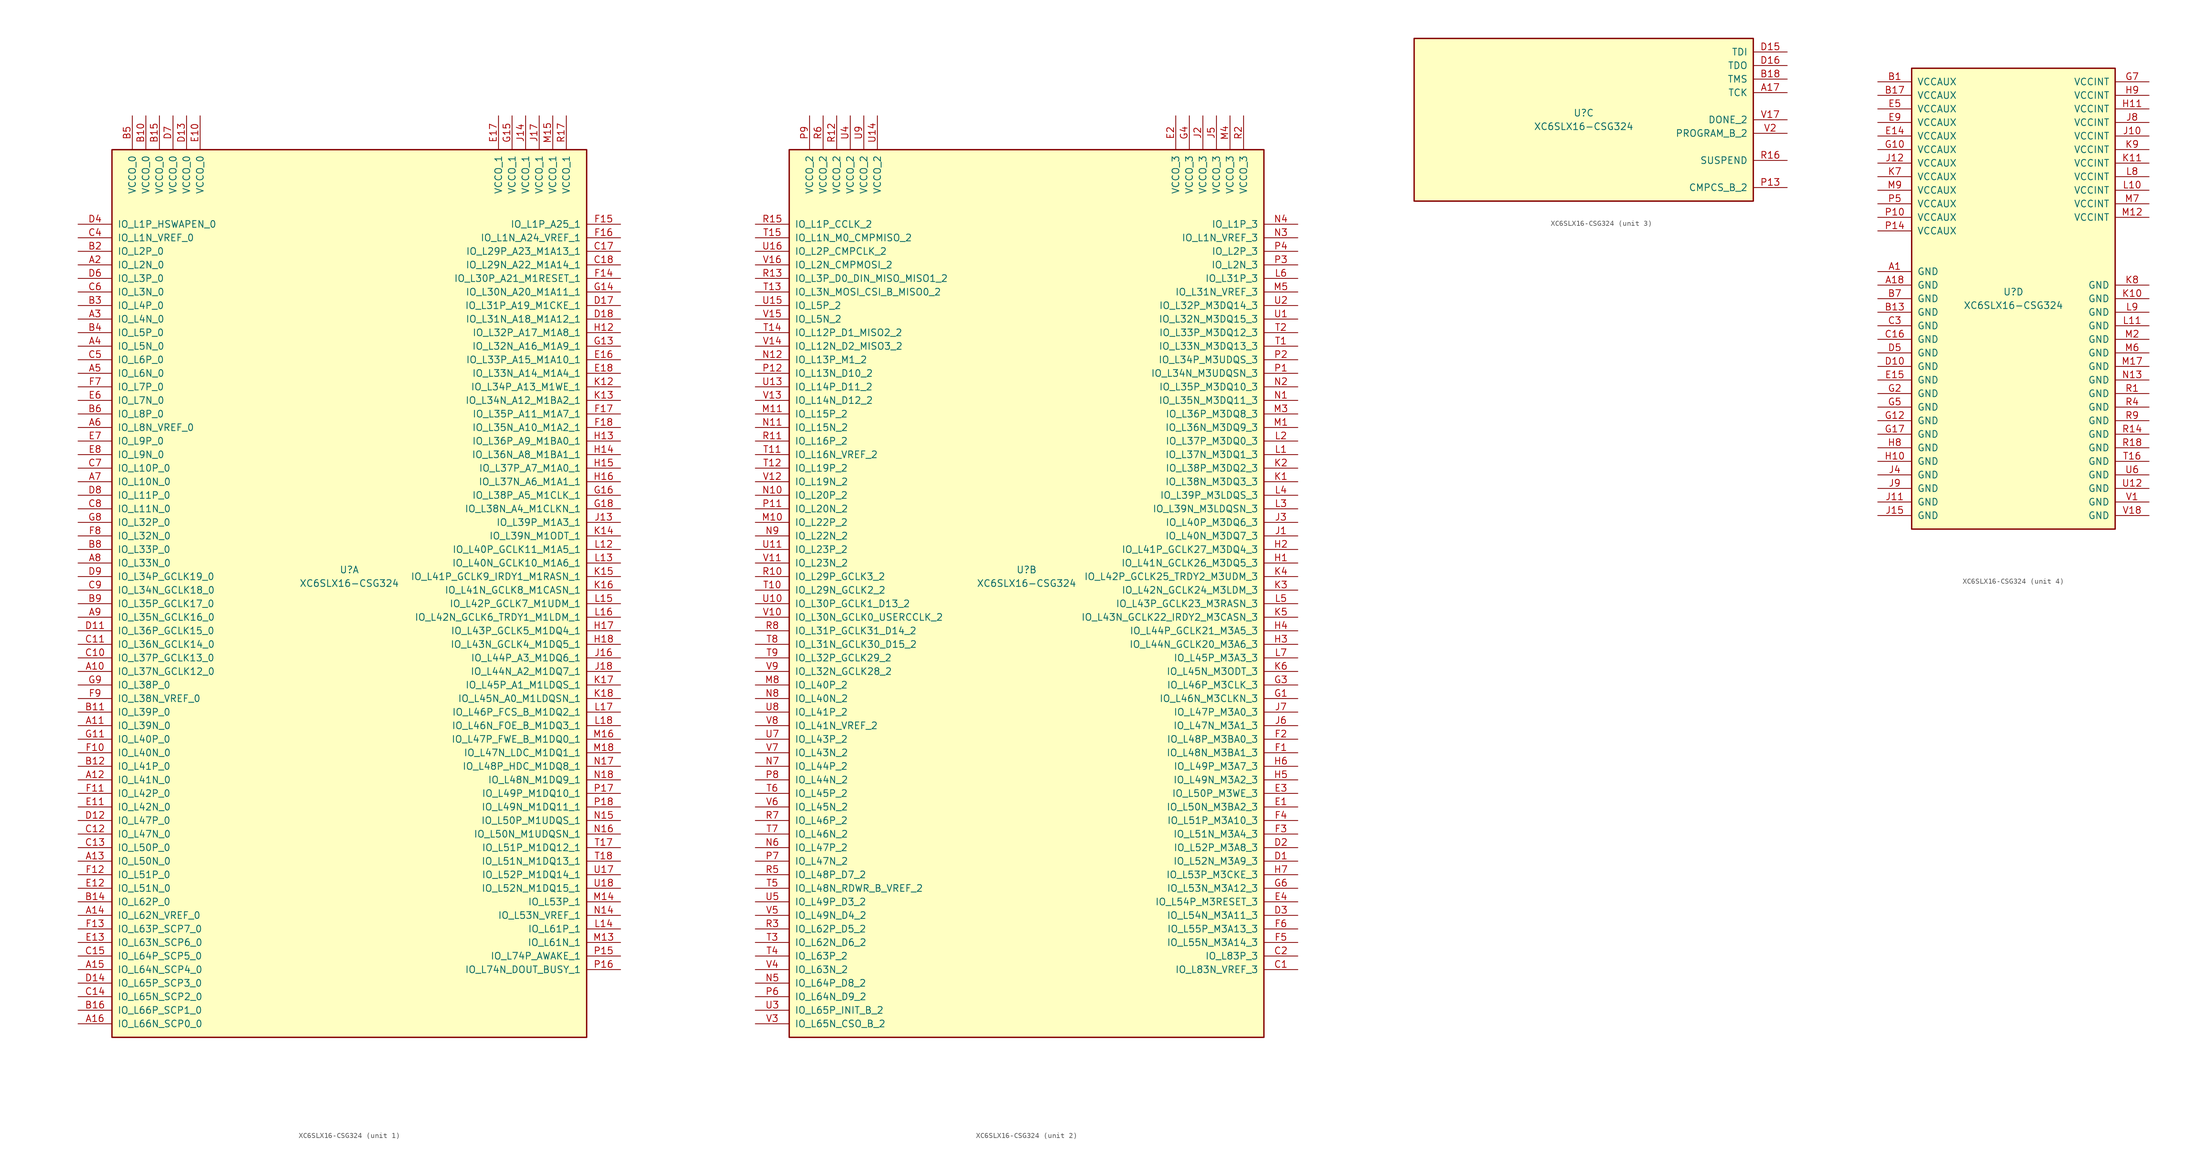
<source format=kicad_sym>
(kicad_symbol_lib
  (version 20220914)
  (generator kicad_symbol_editor)
  (symbol "XC6SLX16-CSG324"
    (pin_names
      (offset 1.016))
    (property "Reference" "U"
      (at 0 1.27 0)
      (effects (font (size 1.27 1.27))))
    (property "Value" "XC6SLX16-CSG324"
      (at 0 -1.27 0)
      (effects (font (size 1.27 1.27))))
    (property "Datasheet" ""
      (at 0 0 0)
      (effects (font (size 1.27 1.27))))
    (property "ki_locked" ""
      (at 0 0 0)
      (effects (font (size 1.27 1.27))))
    (symbol "XC6SLX16-CSG324_1_1"
      (rectangle (start -44.45 80.01) (end 44.45 -86.36) (stroke (width 0.254) (type default)) (fill (type background)))
      (pin bidirectional line (at -50.8 -17.78 0) (length 6.35) (name "IO_L37N_GCLK12_0" (effects (font (size 1.27 1.27)))) (number "A10" (effects (font (size 1.27 1.27)))))
      (pin bidirectional line (at -50.8 -27.94 0) (length 6.35) (name "IO_L39N_0" (effects (font (size 1.27 1.27)))) (number "A11" (effects (font (size 1.27 1.27)))))
      (pin bidirectional line (at -50.8 -38.1 0) (length 6.35) (name "IO_L41N_0" (effects (font (size 1.27 1.27)))) (number "A12" (effects (font (size 1.27 1.27)))))
      (pin bidirectional line (at -50.8 -53.34 0) (length 6.35) (name "IO_L50N_0" (effects (font (size 1.27 1.27)))) (number "A13" (effects (font (size 1.27 1.27)))))
      (pin bidirectional line (at -50.8 -63.5 0) (length 6.35) (name "IO_L62N_VREF_0" (effects (font (size 1.27 1.27)))) (number "A14" (effects (font (size 1.27 1.27)))))
      (pin bidirectional line (at -50.8 -73.66 0) (length 6.35) (name "IO_L64N_SCP4_0" (effects (font (size 1.27 1.27)))) (number "A15" (effects (font (size 1.27 1.27)))))
      (pin bidirectional line (at -50.8 -83.82 0) (length 6.35) (name "IO_L66N_SCP0_0" (effects (font (size 1.27 1.27)))) (number "A16" (effects (font (size 1.27 1.27)))))
      (pin bidirectional line (at -50.8 58.42 0) (length 6.35) (name "IO_L2N_0" (effects (font (size 1.27 1.27)))) (number "A2" (effects (font (size 1.27 1.27)))))
      (pin bidirectional line (at -50.8 48.26 0) (length 6.35) (name "IO_L4N_0" (effects (font (size 1.27 1.27)))) (number "A3" (effects (font (size 1.27 1.27)))))
      (pin bidirectional line (at -50.8 43.18 0) (length 6.35) (name "IO_L5N_0" (effects (font (size 1.27 1.27)))) (number "A4" (effects (font (size 1.27 1.27)))))
      (pin bidirectional line (at -50.8 38.1 0) (length 6.35) (name "IO_L6N_0" (effects (font (size 1.27 1.27)))) (number "A5" (effects (font (size 1.27 1.27)))))
      (pin bidirectional line (at -50.8 27.94 0) (length 6.35) (name "IO_L8N_VREF_0" (effects (font (size 1.27 1.27)))) (number "A6" (effects (font (size 1.27 1.27)))))
      (pin bidirectional line (at -50.8 17.78 0) (length 6.35) (name "IO_L10N_0" (effects (font (size 1.27 1.27)))) (number "A7" (effects (font (size 1.27 1.27)))))
      (pin bidirectional line (at -50.8 2.54 0) (length 6.35) (name "IO_L33N_0" (effects (font (size 1.27 1.27)))) (number "A8" (effects (font (size 1.27 1.27)))))
      (pin bidirectional line (at -50.8 -7.62 0) (length 6.35) (name "IO_L35N_GCLK16_0" (effects (font (size 1.27 1.27)))) (number "A9" (effects (font (size 1.27 1.27)))))
      (pin power_in line (at -38.1 86.36 270) (length 6.35) (name "VCCO_0" (effects (font (size 1.27 1.27)))) (number "B10" (effects (font (size 1.27 1.27)))))
      (pin bidirectional line (at -50.8 -25.4 0) (length 6.35) (name "IO_L39P_0" (effects (font (size 1.27 1.27)))) (number "B11" (effects (font (size 1.27 1.27)))))
      (pin bidirectional line (at -50.8 -35.56 0) (length 6.35) (name "IO_L41P_0" (effects (font (size 1.27 1.27)))) (number "B12" (effects (font (size 1.27 1.27)))))
      (pin bidirectional line (at -50.8 -60.96 0) (length 6.35) (name "IO_L62P_0" (effects (font (size 1.27 1.27)))) (number "B14" (effects (font (size 1.27 1.27)))))
      (pin power_in line (at -35.56 86.36 270) (length 6.35) (name "VCCO_0" (effects (font (size 1.27 1.27)))) (number "B15" (effects (font (size 1.27 1.27)))))
      (pin bidirectional line (at -50.8 -81.28 0) (length 6.35) (name "IO_L66P_SCP1_0" (effects (font (size 1.27 1.27)))) (number "B16" (effects (font (size 1.27 1.27)))))
      (pin bidirectional line (at -50.8 60.96 0) (length 6.35) (name "IO_L2P_0" (effects (font (size 1.27 1.27)))) (number "B2" (effects (font (size 1.27 1.27)))))
      (pin bidirectional line (at -50.8 50.8 0) (length 6.35) (name "IO_L4P_0" (effects (font (size 1.27 1.27)))) (number "B3" (effects (font (size 1.27 1.27)))))
      (pin bidirectional line (at -50.8 45.72 0) (length 6.35) (name "IO_L5P_0" (effects (font (size 1.27 1.27)))) (number "B4" (effects (font (size 1.27 1.27)))))
      (pin power_in line (at -40.64 86.36 270) (length 6.35) (name "VCCO_0" (effects (font (size 1.27 1.27)))) (number "B5" (effects (font (size 1.27 1.27)))))
      (pin bidirectional line (at -50.8 30.48 0) (length 6.35) (name "IO_L8P_0" (effects (font (size 1.27 1.27)))) (number "B6" (effects (font (size 1.27 1.27)))))
      (pin bidirectional line (at -50.8 5.08 0) (length 6.35) (name "IO_L33P_0" (effects (font (size 1.27 1.27)))) (number "B8" (effects (font (size 1.27 1.27)))))
      (pin bidirectional line (at -50.8 -5.08 0) (length 6.35) (name "IO_L35P_GCLK17_0" (effects (font (size 1.27 1.27)))) (number "B9" (effects (font (size 1.27 1.27)))))
      (pin bidirectional line (at -50.8 -15.24 0) (length 6.35) (name "IO_L37P_GCLK13_0" (effects (font (size 1.27 1.27)))) (number "C10" (effects (font (size 1.27 1.27)))))
      (pin bidirectional line (at -50.8 -12.7 0) (length 6.35) (name "IO_L36N_GCLK14_0" (effects (font (size 1.27 1.27)))) (number "C11" (effects (font (size 1.27 1.27)))))
      (pin bidirectional line (at -50.8 -48.26 0) (length 6.35) (name "IO_L47N_0" (effects (font (size 1.27 1.27)))) (number "C12" (effects (font (size 1.27 1.27)))))
      (pin bidirectional line (at -50.8 -50.8 0) (length 6.35) (name "IO_L50P_0" (effects (font (size 1.27 1.27)))) (number "C13" (effects (font (size 1.27 1.27)))))
      (pin bidirectional line (at -50.8 -78.74 0) (length 6.35) (name "IO_L65N_SCP2_0" (effects (font (size 1.27 1.27)))) (number "C14" (effects (font (size 1.27 1.27)))))
      (pin bidirectional line (at -50.8 -71.12 0) (length 6.35) (name "IO_L64P_SCP5_0" (effects (font (size 1.27 1.27)))) (number "C15" (effects (font (size 1.27 1.27)))))
      (pin bidirectional line (at 50.8 60.96 180) (length 6.35) (name "IO_L29P_A23_M1A13_1" (effects (font (size 1.27 1.27)))) (number "C17" (effects (font (size 1.27 1.27)))))
      (pin bidirectional line (at 50.8 58.42 180) (length 6.35) (name "IO_L29N_A22_M1A14_1" (effects (font (size 1.27 1.27)))) (number "C18" (effects (font (size 1.27 1.27)))))
      (pin bidirectional line (at -50.8 63.5 0) (length 6.35) (name "IO_L1N_VREF_0" (effects (font (size 1.27 1.27)))) (number "C4" (effects (font (size 1.27 1.27)))))
      (pin bidirectional line (at -50.8 40.64 0) (length 6.35) (name "IO_L6P_0" (effects (font (size 1.27 1.27)))) (number "C5" (effects (font (size 1.27 1.27)))))
      (pin bidirectional line (at -50.8 53.34 0) (length 6.35) (name "IO_L3N_0" (effects (font (size 1.27 1.27)))) (number "C6" (effects (font (size 1.27 1.27)))))
      (pin bidirectional line (at -50.8 20.32 0) (length 6.35) (name "IO_L10P_0" (effects (font (size 1.27 1.27)))) (number "C7" (effects (font (size 1.27 1.27)))))
      (pin bidirectional line (at -50.8 12.7 0) (length 6.35) (name "IO_L11N_0" (effects (font (size 1.27 1.27)))) (number "C8" (effects (font (size 1.27 1.27)))))
      (pin bidirectional line (at -50.8 -2.54 0) (length 6.35) (name "IO_L34N_GCLK18_0" (effects (font (size 1.27 1.27)))) (number "C9" (effects (font (size 1.27 1.27)))))
      (pin bidirectional line (at -50.8 -10.16 0) (length 6.35) (name "IO_L36P_GCLK15_0" (effects (font (size 1.27 1.27)))) (number "D11" (effects (font (size 1.27 1.27)))))
      (pin bidirectional line (at -50.8 -45.72 0) (length 6.35) (name "IO_L47P_0" (effects (font (size 1.27 1.27)))) (number "D12" (effects (font (size 1.27 1.27)))))
      (pin power_in line (at -30.48 86.36 270) (length 6.35) (name "VCCO_0" (effects (font (size 1.27 1.27)))) (number "D13" (effects (font (size 1.27 1.27)))))
      (pin bidirectional line (at -50.8 -76.2 0) (length 6.35) (name "IO_L65P_SCP3_0" (effects (font (size 1.27 1.27)))) (number "D14" (effects (font (size 1.27 1.27)))))
      (pin bidirectional line (at 50.8 50.8 180) (length 6.35) (name "IO_L31P_A19_M1CKE_1" (effects (font (size 1.27 1.27)))) (number "D17" (effects (font (size 1.27 1.27)))))
      (pin bidirectional line (at 50.8 48.26 180) (length 6.35) (name "IO_L31N_A18_M1A12_1" (effects (font (size 1.27 1.27)))) (number "D18" (effects (font (size 1.27 1.27)))))
      (pin bidirectional line (at -50.8 66.04 0) (length 6.35) (name "IO_L1P_HSWAPEN_0" (effects (font (size 1.27 1.27)))) (number "D4" (effects (font (size 1.27 1.27)))))
      (pin bidirectional line (at -50.8 55.88 0) (length 6.35) (name "IO_L3P_0" (effects (font (size 1.27 1.27)))) (number "D6" (effects (font (size 1.27 1.27)))))
      (pin power_in line (at -33.02 86.36 270) (length 6.35) (name "VCCO_0" (effects (font (size 1.27 1.27)))) (number "D7" (effects (font (size 1.27 1.27)))))
      (pin bidirectional line (at -50.8 15.24 0) (length 6.35) (name "IO_L11P_0" (effects (font (size 1.27 1.27)))) (number "D8" (effects (font (size 1.27 1.27)))))
      (pin bidirectional line (at -50.8 0 0) (length 6.35) (name "IO_L34P_GCLK19_0" (effects (font (size 1.27 1.27)))) (number "D9" (effects (font (size 1.27 1.27)))))
      (pin power_in line (at -27.94 86.36 270) (length 6.35) (name "VCCO_0" (effects (font (size 1.27 1.27)))) (number "E10" (effects (font (size 1.27 1.27)))))
      (pin bidirectional line (at -50.8 -43.18 0) (length 6.35) (name "IO_L42N_0" (effects (font (size 1.27 1.27)))) (number "E11" (effects (font (size 1.27 1.27)))))
      (pin bidirectional line (at -50.8 -58.42 0) (length 6.35) (name "IO_L51N_0" (effects (font (size 1.27 1.27)))) (number "E12" (effects (font (size 1.27 1.27)))))
      (pin bidirectional line (at -50.8 -68.58 0) (length 6.35) (name "IO_L63N_SCP6_0" (effects (font (size 1.27 1.27)))) (number "E13" (effects (font (size 1.27 1.27)))))
      (pin bidirectional line (at 50.8 40.64 180) (length 6.35) (name "IO_L33P_A15_M1A10_1" (effects (font (size 1.27 1.27)))) (number "E16" (effects (font (size 1.27 1.27)))))
      (pin power_in line (at 27.94 86.36 270) (length 6.35) (name "VCCO_1" (effects (font (size 1.27 1.27)))) (number "E17" (effects (font (size 1.27 1.27)))))
      (pin bidirectional line (at 50.8 38.1 180) (length 6.35) (name "IO_L33N_A14_M1A4_1" (effects (font (size 1.27 1.27)))) (number "E18" (effects (font (size 1.27 1.27)))))
      (pin bidirectional line (at -50.8 33.02 0) (length 6.35) (name "IO_L7N_0" (effects (font (size 1.27 1.27)))) (number "E6" (effects (font (size 1.27 1.27)))))
      (pin bidirectional line (at -50.8 25.4 0) (length 6.35) (name "IO_L9P_0" (effects (font (size 1.27 1.27)))) (number "E7" (effects (font (size 1.27 1.27)))))
      (pin bidirectional line (at -50.8 22.86 0) (length 6.35) (name "IO_L9N_0" (effects (font (size 1.27 1.27)))) (number "E8" (effects (font (size 1.27 1.27)))))
      (pin bidirectional line (at -50.8 -33.02 0) (length 6.35) (name "IO_L40N_0" (effects (font (size 1.27 1.27)))) (number "F10" (effects (font (size 1.27 1.27)))))
      (pin bidirectional line (at -50.8 -40.64 0) (length 6.35) (name "IO_L42P_0" (effects (font (size 1.27 1.27)))) (number "F11" (effects (font (size 1.27 1.27)))))
      (pin bidirectional line (at -50.8 -55.88 0) (length 6.35) (name "IO_L51P_0" (effects (font (size 1.27 1.27)))) (number "F12" (effects (font (size 1.27 1.27)))))
      (pin bidirectional line (at -50.8 -66.04 0) (length 6.35) (name "IO_L63P_SCP7_0" (effects (font (size 1.27 1.27)))) (number "F13" (effects (font (size 1.27 1.27)))))
      (pin bidirectional line (at 50.8 55.88 180) (length 6.35) (name "IO_L30P_A21_M1RESET_1" (effects (font (size 1.27 1.27)))) (number "F14" (effects (font (size 1.27 1.27)))))
      (pin bidirectional line (at 50.8 66.04 180) (length 6.35) (name "IO_L1P_A25_1" (effects (font (size 1.27 1.27)))) (number "F15" (effects (font (size 1.27 1.27)))))
      (pin bidirectional line (at 50.8 63.5 180) (length 6.35) (name "IO_L1N_A24_VREF_1" (effects (font (size 1.27 1.27)))) (number "F16" (effects (font (size 1.27 1.27)))))
      (pin bidirectional line (at 50.8 30.48 180) (length 6.35) (name "IO_L35P_A11_M1A7_1" (effects (font (size 1.27 1.27)))) (number "F17" (effects (font (size 1.27 1.27)))))
      (pin bidirectional line (at 50.8 27.94 180) (length 6.35) (name "IO_L35N_A10_M1A2_1" (effects (font (size 1.27 1.27)))) (number "F18" (effects (font (size 1.27 1.27)))))
      (pin bidirectional line (at -50.8 35.56 0) (length 6.35) (name "IO_L7P_0" (effects (font (size 1.27 1.27)))) (number "F7" (effects (font (size 1.27 1.27)))))
      (pin bidirectional line (at -50.8 7.62 0) (length 6.35) (name "IO_L32N_0" (effects (font (size 1.27 1.27)))) (number "F8" (effects (font (size 1.27 1.27)))))
      (pin bidirectional line (at -50.8 -22.86 0) (length 6.35) (name "IO_L38N_VREF_0" (effects (font (size 1.27 1.27)))) (number "F9" (effects (font (size 1.27 1.27)))))
      (pin bidirectional line (at -50.8 -30.48 0) (length 6.35) (name "IO_L40P_0" (effects (font (size 1.27 1.27)))) (number "G11" (effects (font (size 1.27 1.27)))))
      (pin bidirectional line (at 50.8 43.18 180) (length 6.35) (name "IO_L32N_A16_M1A9_1" (effects (font (size 1.27 1.27)))) (number "G13" (effects (font (size 1.27 1.27)))))
      (pin bidirectional line (at 50.8 53.34 180) (length 6.35) (name "IO_L30N_A20_M1A11_1" (effects (font (size 1.27 1.27)))) (number "G14" (effects (font (size 1.27 1.27)))))
      (pin power_in line (at 30.48 86.36 270) (length 6.35) (name "VCCO_1" (effects (font (size 1.27 1.27)))) (number "G15" (effects (font (size 1.27 1.27)))))
      (pin bidirectional line (at 50.8 15.24 180) (length 6.35) (name "IO_L38P_A5_M1CLK_1" (effects (font (size 1.27 1.27)))) (number "G16" (effects (font (size 1.27 1.27)))))
      (pin bidirectional line (at 50.8 12.7 180) (length 6.35) (name "IO_L38N_A4_M1CLKN_1" (effects (font (size 1.27 1.27)))) (number "G18" (effects (font (size 1.27 1.27)))))
      (pin bidirectional line (at -50.8 10.16 0) (length 6.35) (name "IO_L32P_0" (effects (font (size 1.27 1.27)))) (number "G8" (effects (font (size 1.27 1.27)))))
      (pin bidirectional line (at -50.8 -20.32 0) (length 6.35) (name "IO_L38P_0" (effects (font (size 1.27 1.27)))) (number "G9" (effects (font (size 1.27 1.27)))))
      (pin bidirectional line (at 50.8 45.72 180) (length 6.35) (name "IO_L32P_A17_M1A8_1" (effects (font (size 1.27 1.27)))) (number "H12" (effects (font (size 1.27 1.27)))))
      (pin bidirectional line (at 50.8 25.4 180) (length 6.35) (name "IO_L36P_A9_M1BA0_1" (effects (font (size 1.27 1.27)))) (number "H13" (effects (font (size 1.27 1.27)))))
      (pin bidirectional line (at 50.8 22.86 180) (length 6.35) (name "IO_L36N_A8_M1BA1_1" (effects (font (size 1.27 1.27)))) (number "H14" (effects (font (size 1.27 1.27)))))
      (pin bidirectional line (at 50.8 20.32 180) (length 6.35) (name "IO_L37P_A7_M1A0_1" (effects (font (size 1.27 1.27)))) (number "H15" (effects (font (size 1.27 1.27)))))
      (pin bidirectional line (at 50.8 17.78 180) (length 6.35) (name "IO_L37N_A6_M1A1_1" (effects (font (size 1.27 1.27)))) (number "H16" (effects (font (size 1.27 1.27)))))
      (pin bidirectional line (at 50.8 -10.16 180) (length 6.35) (name "IO_L43P_GCLK5_M1DQ4_1" (effects (font (size 1.27 1.27)))) (number "H17" (effects (font (size 1.27 1.27)))))
      (pin bidirectional line (at 50.8 -12.7 180) (length 6.35) (name "IO_L43N_GCLK4_M1DQ5_1" (effects (font (size 1.27 1.27)))) (number "H18" (effects (font (size 1.27 1.27)))))
      (pin bidirectional line (at 50.8 10.16 180) (length 6.35) (name "IO_L39P_M1A3_1" (effects (font (size 1.27 1.27)))) (number "J13" (effects (font (size 1.27 1.27)))))
      (pin power_in line (at 33.02 86.36 270) (length 6.35) (name "VCCO_1" (effects (font (size 1.27 1.27)))) (number "J14" (effects (font (size 1.27 1.27)))))
      (pin bidirectional line (at 50.8 -15.24 180) (length 6.35) (name "IO_L44P_A3_M1DQ6_1" (effects (font (size 1.27 1.27)))) (number "J16" (effects (font (size 1.27 1.27)))))
      (pin power_in line (at 35.56 86.36 270) (length 6.35) (name "VCCO_1" (effects (font (size 1.27 1.27)))) (number "J17" (effects (font (size 1.27 1.27)))))
      (pin bidirectional line (at 50.8 -17.78 180) (length 6.35) (name "IO_L44N_A2_M1DQ7_1" (effects (font (size 1.27 1.27)))) (number "J18" (effects (font (size 1.27 1.27)))))
      (pin bidirectional line (at 50.8 35.56 180) (length 6.35) (name "IO_L34P_A13_M1WE_1" (effects (font (size 1.27 1.27)))) (number "K12" (effects (font (size 1.27 1.27)))))
      (pin bidirectional line (at 50.8 33.02 180) (length 6.35) (name "IO_L34N_A12_M1BA2_1" (effects (font (size 1.27 1.27)))) (number "K13" (effects (font (size 1.27 1.27)))))
      (pin bidirectional line (at 50.8 7.62 180) (length 6.35) (name "IO_L39N_M1ODT_1" (effects (font (size 1.27 1.27)))) (number "K14" (effects (font (size 1.27 1.27)))))
      (pin bidirectional line (at 50.8 0 180) (length 6.35) (name "IO_L41P_GCLK9_IRDY1_M1RASN_1" (effects (font (size 1.27 1.27)))) (number "K15" (effects (font (size 1.27 1.27)))))
      (pin bidirectional line (at 50.8 -2.54 180) (length 6.35) (name "IO_L41N_GCLK8_M1CASN_1" (effects (font (size 1.27 1.27)))) (number "K16" (effects (font (size 1.27 1.27)))))
      (pin bidirectional line (at 50.8 -20.32 180) (length 6.35) (name "IO_L45P_A1_M1LDQS_1" (effects (font (size 1.27 1.27)))) (number "K17" (effects (font (size 1.27 1.27)))))
      (pin bidirectional line (at 50.8 -22.86 180) (length 6.35) (name "IO_L45N_A0_M1LDQSN_1" (effects (font (size 1.27 1.27)))) (number "K18" (effects (font (size 1.27 1.27)))))
      (pin bidirectional line (at 50.8 5.08 180) (length 6.35) (name "IO_L40P_GCLK11_M1A5_1" (effects (font (size 1.27 1.27)))) (number "L12" (effects (font (size 1.27 1.27)))))
      (pin bidirectional line (at 50.8 2.54 180) (length 6.35) (name "IO_L40N_GCLK10_M1A6_1" (effects (font (size 1.27 1.27)))) (number "L13" (effects (font (size 1.27 1.27)))))
      (pin bidirectional line (at 50.8 -66.04 180) (length 6.35) (name "IO_L61P_1" (effects (font (size 1.27 1.27)))) (number "L14" (effects (font (size 1.27 1.27)))))
      (pin bidirectional line (at 50.8 -5.08 180) (length 6.35) (name "IO_L42P_GCLK7_M1UDM_1" (effects (font (size 1.27 1.27)))) (number "L15" (effects (font (size 1.27 1.27)))))
      (pin bidirectional line (at 50.8 -7.62 180) (length 6.35) (name "IO_L42N_GCLK6_TRDY1_M1LDM_1" (effects (font (size 1.27 1.27)))) (number "L16" (effects (font (size 1.27 1.27)))))
      (pin bidirectional line (at 50.8 -25.4 180) (length 6.35) (name "IO_L46P_FCS_B_M1DQ2_1" (effects (font (size 1.27 1.27)))) (number "L17" (effects (font (size 1.27 1.27)))))
      (pin bidirectional line (at 50.8 -27.94 180) (length 6.35) (name "IO_L46N_FOE_B_M1DQ3_1" (effects (font (size 1.27 1.27)))) (number "L18" (effects (font (size 1.27 1.27)))))
      (pin bidirectional line (at 50.8 -68.58 180) (length 6.35) (name "IO_L61N_1" (effects (font (size 1.27 1.27)))) (number "M13" (effects (font (size 1.27 1.27)))))
      (pin bidirectional line (at 50.8 -60.96 180) (length 6.35) (name "IO_L53P_1" (effects (font (size 1.27 1.27)))) (number "M14" (effects (font (size 1.27 1.27)))))
      (pin power_in line (at 38.1 86.36 270) (length 6.35) (name "VCCO_1" (effects (font (size 1.27 1.27)))) (number "M15" (effects (font (size 1.27 1.27)))))
      (pin bidirectional line (at 50.8 -30.48 180) (length 6.35) (name "IO_L47P_FWE_B_M1DQ0_1" (effects (font (size 1.27 1.27)))) (number "M16" (effects (font (size 1.27 1.27)))))
      (pin bidirectional line (at 50.8 -33.02 180) (length 6.35) (name "IO_L47N_LDC_M1DQ1_1" (effects (font (size 1.27 1.27)))) (number "M18" (effects (font (size 1.27 1.27)))))
      (pin bidirectional line (at 50.8 -63.5 180) (length 6.35) (name "IO_L53N_VREF_1" (effects (font (size 1.27 1.27)))) (number "N14" (effects (font (size 1.27 1.27)))))
      (pin bidirectional line (at 50.8 -45.72 180) (length 6.35) (name "IO_L50P_M1UDQS_1" (effects (font (size 1.27 1.27)))) (number "N15" (effects (font (size 1.27 1.27)))))
      (pin bidirectional line (at 50.8 -48.26 180) (length 6.35) (name "IO_L50N_M1UDQSN_1" (effects (font (size 1.27 1.27)))) (number "N16" (effects (font (size 1.27 1.27)))))
      (pin bidirectional line (at 50.8 -35.56 180) (length 6.35) (name "IO_L48P_HDC_M1DQ8_1" (effects (font (size 1.27 1.27)))) (number "N17" (effects (font (size 1.27 1.27)))))
      (pin bidirectional line (at 50.8 -38.1 180) (length 6.35) (name "IO_L48N_M1DQ9_1" (effects (font (size 1.27 1.27)))) (number "N18" (effects (font (size 1.27 1.27)))))
      (pin bidirectional line (at 50.8 -71.12 180) (length 6.35) (name "IO_L74P_AWAKE_1" (effects (font (size 1.27 1.27)))) (number "P15" (effects (font (size 1.27 1.27)))))
      (pin bidirectional line (at 50.8 -73.66 180) (length 6.35) (name "IO_L74N_DOUT_BUSY_1" (effects (font (size 1.27 1.27)))) (number "P16" (effects (font (size 1.27 1.27)))))
      (pin bidirectional line (at 50.8 -40.64 180) (length 6.35) (name "IO_L49P_M1DQ10_1" (effects (font (size 1.27 1.27)))) (number "P17" (effects (font (size 1.27 1.27)))))
      (pin bidirectional line (at 50.8 -43.18 180) (length 6.35) (name "IO_L49N_M1DQ11_1" (effects (font (size 1.27 1.27)))) (number "P18" (effects (font (size 1.27 1.27)))))
      (pin power_in line (at 40.64 86.36 270) (length 6.35) (name "VCCO_1" (effects (font (size 1.27 1.27)))) (number "R17" (effects (font (size 1.27 1.27)))))
      (pin bidirectional line (at 50.8 -50.8 180) (length 6.35) (name "IO_L51P_M1DQ12_1" (effects (font (size 1.27 1.27)))) (number "T17" (effects (font (size 1.27 1.27)))))
      (pin bidirectional line (at 50.8 -53.34 180) (length 6.35) (name "IO_L51N_M1DQ13_1" (effects (font (size 1.27 1.27)))) (number "T18" (effects (font (size 1.27 1.27)))))
      (pin bidirectional line (at 50.8 -55.88 180) (length 6.35) (name "IO_L52P_M1DQ14_1" (effects (font (size 1.27 1.27)))) (number "U17" (effects (font (size 1.27 1.27)))))
      (pin bidirectional line (at 50.8 -58.42 180) (length 6.35) (name "IO_L52N_M1DQ15_1" (effects (font (size 1.27 1.27)))) (number "U18" (effects (font (size 1.27 1.27))))))
    (symbol "XC6SLX16-CSG324_2_1"
      (rectangle (start -44.45 80.01) (end 44.45 -86.36) (stroke (width 0.254) (type default)) (fill (type background)))
      (pin bidirectional line (at 50.8 -73.66 180) (length 6.35) (name "IO_L83N_VREF_3" (effects (font (size 1.27 1.27)))) (number "C1" (effects (font (size 1.27 1.27)))))
      (pin bidirectional line (at 50.8 -71.12 180) (length 6.35) (name "IO_L83P_3" (effects (font (size 1.27 1.27)))) (number "C2" (effects (font (size 1.27 1.27)))))
      (pin bidirectional line (at 50.8 -53.34 180) (length 6.35) (name "IO_L52N_M3A9_3" (effects (font (size 1.27 1.27)))) (number "D1" (effects (font (size 1.27 1.27)))))
      (pin bidirectional line (at 50.8 -50.8 180) (length 6.35) (name "IO_L52P_M3A8_3" (effects (font (size 1.27 1.27)))) (number "D2" (effects (font (size 1.27 1.27)))))
      (pin bidirectional line (at 50.8 -63.5 180) (length 6.35) (name "IO_L54N_M3A11_3" (effects (font (size 1.27 1.27)))) (number "D3" (effects (font (size 1.27 1.27)))))
      (pin bidirectional line (at 50.8 -43.18 180) (length 6.35) (name "IO_L50N_M3BA2_3" (effects (font (size 1.27 1.27)))) (number "E1" (effects (font (size 1.27 1.27)))))
      (pin power_in line (at 27.94 86.36 270) (length 6.35) (name "VCCO_3" (effects (font (size 1.27 1.27)))) (number "E2" (effects (font (size 1.27 1.27)))))
      (pin bidirectional line (at 50.8 -40.64 180) (length 6.35) (name "IO_L50P_M3WE_3" (effects (font (size 1.27 1.27)))) (number "E3" (effects (font (size 1.27 1.27)))))
      (pin bidirectional line (at 50.8 -60.96 180) (length 6.35) (name "IO_L54P_M3RESET_3" (effects (font (size 1.27 1.27)))) (number "E4" (effects (font (size 1.27 1.27)))))
      (pin bidirectional line (at 50.8 -33.02 180) (length 6.35) (name "IO_L48N_M3BA1_3" (effects (font (size 1.27 1.27)))) (number "F1" (effects (font (size 1.27 1.27)))))
      (pin bidirectional line (at 50.8 -30.48 180) (length 6.35) (name "IO_L48P_M3BA0_3" (effects (font (size 1.27 1.27)))) (number "F2" (effects (font (size 1.27 1.27)))))
      (pin bidirectional line (at 50.8 -48.26 180) (length 6.35) (name "IO_L51N_M3A4_3" (effects (font (size 1.27 1.27)))) (number "F3" (effects (font (size 1.27 1.27)))))
      (pin bidirectional line (at 50.8 -45.72 180) (length 6.35) (name "IO_L51P_M3A10_3" (effects (font (size 1.27 1.27)))) (number "F4" (effects (font (size 1.27 1.27)))))
      (pin bidirectional line (at 50.8 -68.58 180) (length 6.35) (name "IO_L55N_M3A14_3" (effects (font (size 1.27 1.27)))) (number "F5" (effects (font (size 1.27 1.27)))))
      (pin bidirectional line (at 50.8 -66.04 180) (length 6.35) (name "IO_L55P_M3A13_3" (effects (font (size 1.27 1.27)))) (number "F6" (effects (font (size 1.27 1.27)))))
      (pin bidirectional line (at 50.8 -22.86 180) (length 6.35) (name "IO_L46N_M3CLKN_3" (effects (font (size 1.27 1.27)))) (number "G1" (effects (font (size 1.27 1.27)))))
      (pin bidirectional line (at 50.8 -20.32 180) (length 6.35) (name "IO_L46P_M3CLK_3" (effects (font (size 1.27 1.27)))) (number "G3" (effects (font (size 1.27 1.27)))))
      (pin power_in line (at 30.48 86.36 270) (length 6.35) (name "VCCO_3" (effects (font (size 1.27 1.27)))) (number "G4" (effects (font (size 1.27 1.27)))))
      (pin bidirectional line (at 50.8 -58.42 180) (length 6.35) (name "IO_L53N_M3A12_3" (effects (font (size 1.27 1.27)))) (number "G6" (effects (font (size 1.27 1.27)))))
      (pin bidirectional line (at 50.8 2.54 180) (length 6.35) (name "IO_L41N_GCLK26_M3DQ5_3" (effects (font (size 1.27 1.27)))) (number "H1" (effects (font (size 1.27 1.27)))))
      (pin bidirectional line (at 50.8 5.08 180) (length 6.35) (name "IO_L41P_GCLK27_M3DQ4_3" (effects (font (size 1.27 1.27)))) (number "H2" (effects (font (size 1.27 1.27)))))
      (pin bidirectional line (at 50.8 -12.7 180) (length 6.35) (name "IO_L44N_GCLK20_M3A6_3" (effects (font (size 1.27 1.27)))) (number "H3" (effects (font (size 1.27 1.27)))))
      (pin bidirectional line (at 50.8 -10.16 180) (length 6.35) (name "IO_L44P_GCLK21_M3A5_3" (effects (font (size 1.27 1.27)))) (number "H4" (effects (font (size 1.27 1.27)))))
      (pin bidirectional line (at 50.8 -38.1 180) (length 6.35) (name "IO_L49N_M3A2_3" (effects (font (size 1.27 1.27)))) (number "H5" (effects (font (size 1.27 1.27)))))
      (pin bidirectional line (at 50.8 -35.56 180) (length 6.35) (name "IO_L49P_M3A7_3" (effects (font (size 1.27 1.27)))) (number "H6" (effects (font (size 1.27 1.27)))))
      (pin bidirectional line (at 50.8 -55.88 180) (length 6.35) (name "IO_L53P_M3CKE_3" (effects (font (size 1.27 1.27)))) (number "H7" (effects (font (size 1.27 1.27)))))
      (pin bidirectional line (at 50.8 7.62 180) (length 6.35) (name "IO_L40N_M3DQ7_3" (effects (font (size 1.27 1.27)))) (number "J1" (effects (font (size 1.27 1.27)))))
      (pin power_in line (at 33.02 86.36 270) (length 6.35) (name "VCCO_3" (effects (font (size 1.27 1.27)))) (number "J2" (effects (font (size 1.27 1.27)))))
      (pin bidirectional line (at 50.8 10.16 180) (length 6.35) (name "IO_L40P_M3DQ6_3" (effects (font (size 1.27 1.27)))) (number "J3" (effects (font (size 1.27 1.27)))))
      (pin power_in line (at 35.56 86.36 270) (length 6.35) (name "VCCO_3" (effects (font (size 1.27 1.27)))) (number "J5" (effects (font (size 1.27 1.27)))))
      (pin bidirectional line (at 50.8 -27.94 180) (length 6.35) (name "IO_L47N_M3A1_3" (effects (font (size 1.27 1.27)))) (number "J6" (effects (font (size 1.27 1.27)))))
      (pin bidirectional line (at 50.8 -25.4 180) (length 6.35) (name "IO_L47P_M3A0_3" (effects (font (size 1.27 1.27)))) (number "J7" (effects (font (size 1.27 1.27)))))
      (pin bidirectional line (at 50.8 17.78 180) (length 6.35) (name "IO_L38N_M3DQ3_3" (effects (font (size 1.27 1.27)))) (number "K1" (effects (font (size 1.27 1.27)))))
      (pin bidirectional line (at 50.8 20.32 180) (length 6.35) (name "IO_L38P_M3DQ2_3" (effects (font (size 1.27 1.27)))) (number "K2" (effects (font (size 1.27 1.27)))))
      (pin bidirectional line (at 50.8 -2.54 180) (length 6.35) (name "IO_L42N_GCLK24_M3LDM_3" (effects (font (size 1.27 1.27)))) (number "K3" (effects (font (size 1.27 1.27)))))
      (pin bidirectional line (at 50.8 0 180) (length 6.35) (name "IO_L42P_GCLK25_TRDY2_M3UDM_3" (effects (font (size 1.27 1.27)))) (number "K4" (effects (font (size 1.27 1.27)))))
      (pin bidirectional line (at 50.8 -7.62 180) (length 6.35) (name "IO_L43N_GCLK22_IRDY2_M3CASN_3" (effects (font (size 1.27 1.27)))) (number "K5" (effects (font (size 1.27 1.27)))))
      (pin bidirectional line (at 50.8 -17.78 180) (length 6.35) (name "IO_L45N_M3ODT_3" (effects (font (size 1.27 1.27)))) (number "K6" (effects (font (size 1.27 1.27)))))
      (pin bidirectional line (at 50.8 22.86 180) (length 6.35) (name "IO_L37N_M3DQ1_3" (effects (font (size 1.27 1.27)))) (number "L1" (effects (font (size 1.27 1.27)))))
      (pin bidirectional line (at 50.8 25.4 180) (length 6.35) (name "IO_L37P_M3DQ0_3" (effects (font (size 1.27 1.27)))) (number "L2" (effects (font (size 1.27 1.27)))))
      (pin bidirectional line (at 50.8 12.7 180) (length 6.35) (name "IO_L39N_M3LDQSN_3" (effects (font (size 1.27 1.27)))) (number "L3" (effects (font (size 1.27 1.27)))))
      (pin bidirectional line (at 50.8 15.24 180) (length 6.35) (name "IO_L39P_M3LDQS_3" (effects (font (size 1.27 1.27)))) (number "L4" (effects (font (size 1.27 1.27)))))
      (pin bidirectional line (at 50.8 -5.08 180) (length 6.35) (name "IO_L43P_GCLK23_M3RASN_3" (effects (font (size 1.27 1.27)))) (number "L5" (effects (font (size 1.27 1.27)))))
      (pin bidirectional line (at 50.8 55.88 180) (length 6.35) (name "IO_L31P_3" (effects (font (size 1.27 1.27)))) (number "L6" (effects (font (size 1.27 1.27)))))
      (pin bidirectional line (at 50.8 -15.24 180) (length 6.35) (name "IO_L45P_M3A3_3" (effects (font (size 1.27 1.27)))) (number "L7" (effects (font (size 1.27 1.27)))))
      (pin bidirectional line (at 50.8 27.94 180) (length 6.35) (name "IO_L36N_M3DQ9_3" (effects (font (size 1.27 1.27)))) (number "M1" (effects (font (size 1.27 1.27)))))
      (pin bidirectional line (at -50.8 10.16 0) (length 6.35) (name "IO_L22P_2" (effects (font (size 1.27 1.27)))) (number "M10" (effects (font (size 1.27 1.27)))))
      (pin bidirectional line (at -50.8 30.48 0) (length 6.35) (name "IO_L15P_2" (effects (font (size 1.27 1.27)))) (number "M11" (effects (font (size 1.27 1.27)))))
      (pin bidirectional line (at 50.8 30.48 180) (length 6.35) (name "IO_L36P_M3DQ8_3" (effects (font (size 1.27 1.27)))) (number "M3" (effects (font (size 1.27 1.27)))))
      (pin power_in line (at 38.1 86.36 270) (length 6.35) (name "VCCO_3" (effects (font (size 1.27 1.27)))) (number "M4" (effects (font (size 1.27 1.27)))))
      (pin bidirectional line (at 50.8 53.34 180) (length 6.35) (name "IO_L31N_VREF_3" (effects (font (size 1.27 1.27)))) (number "M5" (effects (font (size 1.27 1.27)))))
      (pin bidirectional line (at -50.8 -20.32 0) (length 6.35) (name "IO_L40P_2" (effects (font (size 1.27 1.27)))) (number "M8" (effects (font (size 1.27 1.27)))))
      (pin bidirectional line (at 50.8 33.02 180) (length 6.35) (name "IO_L35N_M3DQ11_3" (effects (font (size 1.27 1.27)))) (number "N1" (effects (font (size 1.27 1.27)))))
      (pin bidirectional line (at -50.8 15.24 0) (length 6.35) (name "IO_L20P_2" (effects (font (size 1.27 1.27)))) (number "N10" (effects (font (size 1.27 1.27)))))
      (pin bidirectional line (at -50.8 27.94 0) (length 6.35) (name "IO_L15N_2" (effects (font (size 1.27 1.27)))) (number "N11" (effects (font (size 1.27 1.27)))))
      (pin bidirectional line (at -50.8 40.64 0) (length 6.35) (name "IO_L13P_M1_2" (effects (font (size 1.27 1.27)))) (number "N12" (effects (font (size 1.27 1.27)))))
      (pin bidirectional line (at 50.8 35.56 180) (length 6.35) (name "IO_L35P_M3DQ10_3" (effects (font (size 1.27 1.27)))) (number "N2" (effects (font (size 1.27 1.27)))))
      (pin bidirectional line (at 50.8 63.5 180) (length 6.35) (name "IO_L1N_VREF_3" (effects (font (size 1.27 1.27)))) (number "N3" (effects (font (size 1.27 1.27)))))
      (pin bidirectional line (at 50.8 66.04 180) (length 6.35) (name "IO_L1P_3" (effects (font (size 1.27 1.27)))) (number "N4" (effects (font (size 1.27 1.27)))))
      (pin bidirectional line (at -50.8 -76.2 0) (length 6.35) (name "IO_L64P_D8_2" (effects (font (size 1.27 1.27)))) (number "N5" (effects (font (size 1.27 1.27)))))
      (pin bidirectional line (at -50.8 -50.8 0) (length 6.35) (name "IO_L47P_2" (effects (font (size 1.27 1.27)))) (number "N6" (effects (font (size 1.27 1.27)))))
      (pin bidirectional line (at -50.8 -35.56 0) (length 6.35) (name "IO_L44P_2" (effects (font (size 1.27 1.27)))) (number "N7" (effects (font (size 1.27 1.27)))))
      (pin bidirectional line (at -50.8 -22.86 0) (length 6.35) (name "IO_L40N_2" (effects (font (size 1.27 1.27)))) (number "N8" (effects (font (size 1.27 1.27)))))
      (pin bidirectional line (at -50.8 7.62 0) (length 6.35) (name "IO_L22N_2" (effects (font (size 1.27 1.27)))) (number "N9" (effects (font (size 1.27 1.27)))))
      (pin bidirectional line (at 50.8 38.1 180) (length 6.35) (name "IO_L34N_M3UDQSN_3" (effects (font (size 1.27 1.27)))) (number "P1" (effects (font (size 1.27 1.27)))))
      (pin bidirectional line (at -50.8 12.7 0) (length 6.35) (name "IO_L20N_2" (effects (font (size 1.27 1.27)))) (number "P11" (effects (font (size 1.27 1.27)))))
      (pin bidirectional line (at -50.8 38.1 0) (length 6.35) (name "IO_L13N_D10_2" (effects (font (size 1.27 1.27)))) (number "P12" (effects (font (size 1.27 1.27)))))
      (pin bidirectional line (at 50.8 40.64 180) (length 6.35) (name "IO_L34P_M3UDQS_3" (effects (font (size 1.27 1.27)))) (number "P2" (effects (font (size 1.27 1.27)))))
      (pin bidirectional line (at 50.8 58.42 180) (length 6.35) (name "IO_L2N_3" (effects (font (size 1.27 1.27)))) (number "P3" (effects (font (size 1.27 1.27)))))
      (pin bidirectional line (at 50.8 60.96 180) (length 6.35) (name "IO_L2P_3" (effects (font (size 1.27 1.27)))) (number "P4" (effects (font (size 1.27 1.27)))))
      (pin bidirectional line (at -50.8 -78.74 0) (length 6.35) (name "IO_L64N_D9_2" (effects (font (size 1.27 1.27)))) (number "P6" (effects (font (size 1.27 1.27)))))
      (pin bidirectional line (at -50.8 -53.34 0) (length 6.35) (name "IO_L47N_2" (effects (font (size 1.27 1.27)))) (number "P7" (effects (font (size 1.27 1.27)))))
      (pin bidirectional line (at -50.8 -38.1 0) (length 6.35) (name "IO_L44N_2" (effects (font (size 1.27 1.27)))) (number "P8" (effects (font (size 1.27 1.27)))))
      (pin power_in line (at -40.64 86.36 270) (length 6.35) (name "VCCO_2" (effects (font (size 1.27 1.27)))) (number "P9" (effects (font (size 1.27 1.27)))))
      (pin bidirectional line (at -50.8 0 0) (length 6.35) (name "IO_L29P_GCLK3_2" (effects (font (size 1.27 1.27)))) (number "R10" (effects (font (size 1.27 1.27)))))
      (pin bidirectional line (at -50.8 25.4 0) (length 6.35) (name "IO_L16P_2" (effects (font (size 1.27 1.27)))) (number "R11" (effects (font (size 1.27 1.27)))))
      (pin power_in line (at -35.56 86.36 270) (length 6.35) (name "VCCO_2" (effects (font (size 1.27 1.27)))) (number "R12" (effects (font (size 1.27 1.27)))))
      (pin bidirectional line (at -50.8 55.88 0) (length 6.35) (name "IO_L3P_D0_DIN_MISO_MISO1_2" (effects (font (size 1.27 1.27)))) (number "R13" (effects (font (size 1.27 1.27)))))
      (pin bidirectional line (at -50.8 66.04 0) (length 6.35) (name "IO_L1P_CCLK_2" (effects (font (size 1.27 1.27)))) (number "R15" (effects (font (size 1.27 1.27)))))
      (pin power_in line (at 40.64 86.36 270) (length 6.35) (name "VCCO_3" (effects (font (size 1.27 1.27)))) (number "R2" (effects (font (size 1.27 1.27)))))
      (pin bidirectional line (at -50.8 -66.04 0) (length 6.35) (name "IO_L62P_D5_2" (effects (font (size 1.27 1.27)))) (number "R3" (effects (font (size 1.27 1.27)))))
      (pin bidirectional line (at -50.8 -55.88 0) (length 6.35) (name "IO_L48P_D7_2" (effects (font (size 1.27 1.27)))) (number "R5" (effects (font (size 1.27 1.27)))))
      (pin power_in line (at -38.1 86.36 270) (length 6.35) (name "VCCO_2" (effects (font (size 1.27 1.27)))) (number "R6" (effects (font (size 1.27 1.27)))))
      (pin bidirectional line (at -50.8 -45.72 0) (length 6.35) (name "IO_L46P_2" (effects (font (size 1.27 1.27)))) (number "R7" (effects (font (size 1.27 1.27)))))
      (pin bidirectional line (at -50.8 -10.16 0) (length 6.35) (name "IO_L31P_GCLK31_D14_2" (effects (font (size 1.27 1.27)))) (number "R8" (effects (font (size 1.27 1.27)))))
      (pin bidirectional line (at 50.8 43.18 180) (length 6.35) (name "IO_L33N_M3DQ13_3" (effects (font (size 1.27 1.27)))) (number "T1" (effects (font (size 1.27 1.27)))))
      (pin bidirectional line (at -50.8 -2.54 0) (length 6.35) (name "IO_L29N_GCLK2_2" (effects (font (size 1.27 1.27)))) (number "T10" (effects (font (size 1.27 1.27)))))
      (pin bidirectional line (at -50.8 22.86 0) (length 6.35) (name "IO_L16N_VREF_2" (effects (font (size 1.27 1.27)))) (number "T11" (effects (font (size 1.27 1.27)))))
      (pin bidirectional line (at -50.8 20.32 0) (length 6.35) (name "IO_L19P_2" (effects (font (size 1.27 1.27)))) (number "T12" (effects (font (size 1.27 1.27)))))
      (pin bidirectional line (at -50.8 53.34 0) (length 6.35) (name "IO_L3N_MOSI_CSI_B_MISO0_2" (effects (font (size 1.27 1.27)))) (number "T13" (effects (font (size 1.27 1.27)))))
      (pin bidirectional line (at -50.8 45.72 0) (length 6.35) (name "IO_L12P_D1_MISO2_2" (effects (font (size 1.27 1.27)))) (number "T14" (effects (font (size 1.27 1.27)))))
      (pin bidirectional line (at -50.8 63.5 0) (length 6.35) (name "IO_L1N_M0_CMPMISO_2" (effects (font (size 1.27 1.27)))) (number "T15" (effects (font (size 1.27 1.27)))))
      (pin bidirectional line (at 50.8 45.72 180) (length 6.35) (name "IO_L33P_M3DQ12_3" (effects (font (size 1.27 1.27)))) (number "T2" (effects (font (size 1.27 1.27)))))
      (pin bidirectional line (at -50.8 -68.58 0) (length 6.35) (name "IO_L62N_D6_2" (effects (font (size 1.27 1.27)))) (number "T3" (effects (font (size 1.27 1.27)))))
      (pin bidirectional line (at -50.8 -71.12 0) (length 6.35) (name "IO_L63P_2" (effects (font (size 1.27 1.27)))) (number "T4" (effects (font (size 1.27 1.27)))))
      (pin bidirectional line (at -50.8 -58.42 0) (length 6.35) (name "IO_L48N_RDWR_B_VREF_2" (effects (font (size 1.27 1.27)))) (number "T5" (effects (font (size 1.27 1.27)))))
      (pin bidirectional line (at -50.8 -40.64 0) (length 6.35) (name "IO_L45P_2" (effects (font (size 1.27 1.27)))) (number "T6" (effects (font (size 1.27 1.27)))))
      (pin bidirectional line (at -50.8 -48.26 0) (length 6.35) (name "IO_L46N_2" (effects (font (size 1.27 1.27)))) (number "T7" (effects (font (size 1.27 1.27)))))
      (pin bidirectional line (at -50.8 -12.7 0) (length 6.35) (name "IO_L31N_GCLK30_D15_2" (effects (font (size 1.27 1.27)))) (number "T8" (effects (font (size 1.27 1.27)))))
      (pin bidirectional line (at -50.8 -15.24 0) (length 6.35) (name "IO_L32P_GCLK29_2" (effects (font (size 1.27 1.27)))) (number "T9" (effects (font (size 1.27 1.27)))))
      (pin bidirectional line (at 50.8 48.26 180) (length 6.35) (name "IO_L32N_M3DQ15_3" (effects (font (size 1.27 1.27)))) (number "U1" (effects (font (size 1.27 1.27)))))
      (pin bidirectional line (at -50.8 -5.08 0) (length 6.35) (name "IO_L30P_GCLK1_D13_2" (effects (font (size 1.27 1.27)))) (number "U10" (effects (font (size 1.27 1.27)))))
      (pin bidirectional line (at -50.8 5.08 0) (length 6.35) (name "IO_L23P_2" (effects (font (size 1.27 1.27)))) (number "U11" (effects (font (size 1.27 1.27)))))
      (pin bidirectional line (at -50.8 35.56 0) (length 6.35) (name "IO_L14P_D11_2" (effects (font (size 1.27 1.27)))) (number "U13" (effects (font (size 1.27 1.27)))))
      (pin power_in line (at -27.94 86.36 270) (length 6.35) (name "VCCO_2" (effects (font (size 1.27 1.27)))) (number "U14" (effects (font (size 1.27 1.27)))))
      (pin bidirectional line (at -50.8 50.8 0) (length 6.35) (name "IO_L5P_2" (effects (font (size 1.27 1.27)))) (number "U15" (effects (font (size 1.27 1.27)))))
      (pin bidirectional line (at -50.8 60.96 0) (length 6.35) (name "IO_L2P_CMPCLK_2" (effects (font (size 1.27 1.27)))) (number "U16" (effects (font (size 1.27 1.27)))))
      (pin bidirectional line (at 50.8 50.8 180) (length 6.35) (name "IO_L32P_M3DQ14_3" (effects (font (size 1.27 1.27)))) (number "U2" (effects (font (size 1.27 1.27)))))
      (pin bidirectional line (at -50.8 -81.28 0) (length 6.35) (name "IO_L65P_INIT_B_2" (effects (font (size 1.27 1.27)))) (number "U3" (effects (font (size 1.27 1.27)))))
      (pin power_in line (at -33.02 86.36 270) (length 6.35) (name "VCCO_2" (effects (font (size 1.27 1.27)))) (number "U4" (effects (font (size 1.27 1.27)))))
      (pin bidirectional line (at -50.8 -60.96 0) (length 6.35) (name "IO_L49P_D3_2" (effects (font (size 1.27 1.27)))) (number "U5" (effects (font (size 1.27 1.27)))))
      (pin bidirectional line (at -50.8 -30.48 0) (length 6.35) (name "IO_L43P_2" (effects (font (size 1.27 1.27)))) (number "U7" (effects (font (size 1.27 1.27)))))
      (pin bidirectional line (at -50.8 -25.4 0) (length 6.35) (name "IO_L41P_2" (effects (font (size 1.27 1.27)))) (number "U8" (effects (font (size 1.27 1.27)))))
      (pin power_in line (at -30.48 86.36 270) (length 6.35) (name "VCCO_2" (effects (font (size 1.27 1.27)))) (number "U9" (effects (font (size 1.27 1.27)))))
      (pin bidirectional line (at -50.8 -7.62 0) (length 6.35) (name "IO_L30N_GCLK0_USERCCLK_2" (effects (font (size 1.27 1.27)))) (number "V10" (effects (font (size 1.27 1.27)))))
      (pin bidirectional line (at -50.8 2.54 0) (length 6.35) (name "IO_L23N_2" (effects (font (size 1.27 1.27)))) (number "V11" (effects (font (size 1.27 1.27)))))
      (pin bidirectional line (at -50.8 17.78 0) (length 6.35) (name "IO_L19N_2" (effects (font (size 1.27 1.27)))) (number "V12" (effects (font (size 1.27 1.27)))))
      (pin bidirectional line (at -50.8 33.02 0) (length 6.35) (name "IO_L14N_D12_2" (effects (font (size 1.27 1.27)))) (number "V13" (effects (font (size 1.27 1.27)))))
      (pin bidirectional line (at -50.8 43.18 0) (length 6.35) (name "IO_L12N_D2_MISO3_2" (effects (font (size 1.27 1.27)))) (number "V14" (effects (font (size 1.27 1.27)))))
      (pin bidirectional line (at -50.8 48.26 0) (length 6.35) (name "IO_L5N_2" (effects (font (size 1.27 1.27)))) (number "V15" (effects (font (size 1.27 1.27)))))
      (pin bidirectional line (at -50.8 58.42 0) (length 6.35) (name "IO_L2N_CMPMOSI_2" (effects (font (size 1.27 1.27)))) (number "V16" (effects (font (size 1.27 1.27)))))
      (pin bidirectional line (at -50.8 -83.82 0) (length 6.35) (name "IO_L65N_CSO_B_2" (effects (font (size 1.27 1.27)))) (number "V3" (effects (font (size 1.27 1.27)))))
      (pin bidirectional line (at -50.8 -73.66 0) (length 6.35) (name "IO_L63N_2" (effects (font (size 1.27 1.27)))) (number "V4" (effects (font (size 1.27 1.27)))))
      (pin bidirectional line (at -50.8 -63.5 0) (length 6.35) (name "IO_L49N_D4_2" (effects (font (size 1.27 1.27)))) (number "V5" (effects (font (size 1.27 1.27)))))
      (pin bidirectional line (at -50.8 -43.18 0) (length 6.35) (name "IO_L45N_2" (effects (font (size 1.27 1.27)))) (number "V6" (effects (font (size 1.27 1.27)))))
      (pin bidirectional line (at -50.8 -33.02 0) (length 6.35) (name "IO_L43N_2" (effects (font (size 1.27 1.27)))) (number "V7" (effects (font (size 1.27 1.27)))))
      (pin bidirectional line (at -50.8 -27.94 0) (length 6.35) (name "IO_L41N_VREF_2" (effects (font (size 1.27 1.27)))) (number "V8" (effects (font (size 1.27 1.27)))))
      (pin bidirectional line (at -50.8 -17.78 0) (length 6.35) (name "IO_L32N_GCLK28_2" (effects (font (size 1.27 1.27)))) (number "V9" (effects (font (size 1.27 1.27))))))
    (symbol "XC6SLX16-CSG324_3_1"
      (rectangle (start -31.75 15.24) (end 31.75 -15.24) (stroke (width 0.254) (type default)) (fill (type background)))
      (pin bidirectional line (at 38.1 5.08 180) (length 6.35) (name "TCK" (effects (font (size 1.27 1.27)))) (number "A17" (effects (font (size 1.27 1.27)))))
      (pin bidirectional line (at 38.1 7.62 180) (length 6.35) (name "TMS" (effects (font (size 1.27 1.27)))) (number "B18" (effects (font (size 1.27 1.27)))))
      (pin bidirectional line (at 38.1 12.7 180) (length 6.35) (name "TDI" (effects (font (size 1.27 1.27)))) (number "D15" (effects (font (size 1.27 1.27)))))
      (pin bidirectional line (at 38.1 10.16 180) (length 6.35) (name "TDO" (effects (font (size 1.27 1.27)))) (number "D16" (effects (font (size 1.27 1.27)))))
      (pin bidirectional line (at 38.1 -12.7 180) (length 6.35) (name "CMPCS_B_2" (effects (font (size 1.27 1.27)))) (number "P13" (effects (font (size 1.27 1.27)))))
      (pin bidirectional line (at 38.1 -7.62 180) (length 6.35) (name "SUSPEND" (effects (font (size 1.27 1.27)))) (number "R16" (effects (font (size 1.27 1.27)))))
      (pin bidirectional line (at 38.1 0 180) (length 6.35) (name "DONE_2" (effects (font (size 1.27 1.27)))) (number "V17" (effects (font (size 1.27 1.27)))))
      (pin bidirectional line (at 38.1 -2.54 180) (length 6.35) (name "PROGRAM_B_2" (effects (font (size 1.27 1.27)))) (number "V2" (effects (font (size 1.27 1.27))))))
    (symbol "XC6SLX16-CSG324_4_1"
      (rectangle (start -19.05 43.18) (end 19.05 -43.18) (stroke (width 0.254) (type default)) (fill (type background)))
      (pin power_in line (at -25.4 5.08 0) (length 6.35) (name "GND" (effects (font (size 1.27 1.27)))) (number "A1" (effects (font (size 1.27 1.27)))))
      (pin power_in line (at -25.4 2.54 0) (length 6.35) (name "GND" (effects (font (size 1.27 1.27)))) (number "A18" (effects (font (size 1.27 1.27)))))
      (pin power_in line (at -25.4 40.64 0) (length 6.35) (name "VCCAUX" (effects (font (size 1.27 1.27)))) (number "B1" (effects (font (size 1.27 1.27)))))
      (pin power_in line (at -25.4 -2.54 0) (length 6.35) (name "GND" (effects (font (size 1.27 1.27)))) (number "B13" (effects (font (size 1.27 1.27)))))
      (pin power_in line (at -25.4 38.1 0) (length 6.35) (name "VCCAUX" (effects (font (size 1.27 1.27)))) (number "B17" (effects (font (size 1.27 1.27)))))
      (pin power_in line (at -25.4 0 0) (length 6.35) (name "GND" (effects (font (size 1.27 1.27)))) (number "B7" (effects (font (size 1.27 1.27)))))
      (pin power_in line (at -25.4 -7.62 0) (length 6.35) (name "GND" (effects (font (size 1.27 1.27)))) (number "C16" (effects (font (size 1.27 1.27)))))
      (pin power_in line (at -25.4 -5.08 0) (length 6.35) (name "GND" (effects (font (size 1.27 1.27)))) (number "C3" (effects (font (size 1.27 1.27)))))
      (pin power_in line (at -25.4 -12.7 0) (length 6.35) (name "GND" (effects (font (size 1.27 1.27)))) (number "D10" (effects (font (size 1.27 1.27)))))
      (pin power_in line (at -25.4 -10.16 0) (length 6.35) (name "GND" (effects (font (size 1.27 1.27)))) (number "D5" (effects (font (size 1.27 1.27)))))
      (pin power_in line (at -25.4 30.48 0) (length 6.35) (name "VCCAUX" (effects (font (size 1.27 1.27)))) (number "E14" (effects (font (size 1.27 1.27)))))
      (pin power_in line (at -25.4 -15.24 0) (length 6.35) (name "GND" (effects (font (size 1.27 1.27)))) (number "E15" (effects (font (size 1.27 1.27)))))
      (pin power_in line (at -25.4 35.56 0) (length 6.35) (name "VCCAUX" (effects (font (size 1.27 1.27)))) (number "E5" (effects (font (size 1.27 1.27)))))
      (pin power_in line (at -25.4 33.02 0) (length 6.35) (name "VCCAUX" (effects (font (size 1.27 1.27)))) (number "E9" (effects (font (size 1.27 1.27)))))
      (pin power_in line (at -25.4 27.94 0) (length 6.35) (name "VCCAUX" (effects (font (size 1.27 1.27)))) (number "G10" (effects (font (size 1.27 1.27)))))
      (pin power_in line (at -25.4 -22.86 0) (length 6.35) (name "GND" (effects (font (size 1.27 1.27)))) (number "G12" (effects (font (size 1.27 1.27)))))
      (pin power_in line (at -25.4 -25.4 0) (length 6.35) (name "GND" (effects (font (size 1.27 1.27)))) (number "G17" (effects (font (size 1.27 1.27)))))
      (pin power_in line (at -25.4 -17.78 0) (length 6.35) (name "GND" (effects (font (size 1.27 1.27)))) (number "G2" (effects (font (size 1.27 1.27)))))
      (pin power_in line (at -25.4 -20.32 0) (length 6.35) (name "GND" (effects (font (size 1.27 1.27)))) (number "G5" (effects (font (size 1.27 1.27)))))
      (pin power_in line (at 25.4 40.64 180) (length 6.35) (name "VCCINT" (effects (font (size 1.27 1.27)))) (number "G7" (effects (font (size 1.27 1.27)))))
      (pin power_in line (at -25.4 -30.48 0) (length 6.35) (name "GND" (effects (font (size 1.27 1.27)))) (number "H10" (effects (font (size 1.27 1.27)))))
      (pin power_in line (at 25.4 35.56 180) (length 6.35) (name "VCCINT" (effects (font (size 1.27 1.27)))) (number "H11" (effects (font (size 1.27 1.27)))))
      (pin power_in line (at -25.4 -27.94 0) (length 6.35) (name "GND" (effects (font (size 1.27 1.27)))) (number "H8" (effects (font (size 1.27 1.27)))))
      (pin power_in line (at 25.4 38.1 180) (length 6.35) (name "VCCINT" (effects (font (size 1.27 1.27)))) (number "H9" (effects (font (size 1.27 1.27)))))
      (pin power_in line (at 25.4 30.48 180) (length 6.35) (name "VCCINT" (effects (font (size 1.27 1.27)))) (number "J10" (effects (font (size 1.27 1.27)))))
      (pin power_in line (at -25.4 -38.1 0) (length 6.35) (name "GND" (effects (font (size 1.27 1.27)))) (number "J11" (effects (font (size 1.27 1.27)))))
      (pin power_in line (at -25.4 25.4 0) (length 6.35) (name "VCCAUX" (effects (font (size 1.27 1.27)))) (number "J12" (effects (font (size 1.27 1.27)))))
      (pin power_in line (at -25.4 -40.64 0) (length 6.35) (name "GND" (effects (font (size 1.27 1.27)))) (number "J15" (effects (font (size 1.27 1.27)))))
      (pin power_in line (at -25.4 -33.02 0) (length 6.35) (name "GND" (effects (font (size 1.27 1.27)))) (number "J4" (effects (font (size 1.27 1.27)))))
      (pin power_in line (at 25.4 33.02 180) (length 6.35) (name "VCCINT" (effects (font (size 1.27 1.27)))) (number "J8" (effects (font (size 1.27 1.27)))))
      (pin power_in line (at -25.4 -35.56 0) (length 6.35) (name "GND" (effects (font (size 1.27 1.27)))) (number "J9" (effects (font (size 1.27 1.27)))))
      (pin power_in line (at 25.4 0 180) (length 6.35) (name "GND" (effects (font (size 1.27 1.27)))) (number "K10" (effects (font (size 1.27 1.27)))))
      (pin power_in line (at 25.4 25.4 180) (length 6.35) (name "VCCINT" (effects (font (size 1.27 1.27)))) (number "K11" (effects (font (size 1.27 1.27)))))
      (pin power_in line (at -25.4 22.86 0) (length 6.35) (name "VCCAUX" (effects (font (size 1.27 1.27)))) (number "K7" (effects (font (size 1.27 1.27)))))
      (pin power_in line (at 25.4 2.54 180) (length 6.35) (name "GND" (effects (font (size 1.27 1.27)))) (number "K8" (effects (font (size 1.27 1.27)))))
      (pin power_in line (at 25.4 27.94 180) (length 6.35) (name "VCCINT" (effects (font (size 1.27 1.27)))) (number "K9" (effects (font (size 1.27 1.27)))))
      (pin power_in line (at 25.4 20.32 180) (length 6.35) (name "VCCINT" (effects (font (size 1.27 1.27)))) (number "L10" (effects (font (size 1.27 1.27)))))
      (pin power_in line (at 25.4 -5.08 180) (length 6.35) (name "GND" (effects (font (size 1.27 1.27)))) (number "L11" (effects (font (size 1.27 1.27)))))
      (pin power_in line (at 25.4 22.86 180) (length 6.35) (name "VCCINT" (effects (font (size 1.27 1.27)))) (number "L8" (effects (font (size 1.27 1.27)))))
      (pin power_in line (at 25.4 -2.54 180) (length 6.35) (name "GND" (effects (font (size 1.27 1.27)))) (number "L9" (effects (font (size 1.27 1.27)))))
      (pin power_in line (at 25.4 15.24 180) (length 6.35) (name "VCCINT" (effects (font (size 1.27 1.27)))) (number "M12" (effects (font (size 1.27 1.27)))))
      (pin power_in line (at 25.4 -12.7 180) (length 6.35) (name "GND" (effects (font (size 1.27 1.27)))) (number "M17" (effects (font (size 1.27 1.27)))))
      (pin power_in line (at 25.4 -7.62 180) (length 6.35) (name "GND" (effects (font (size 1.27 1.27)))) (number "M2" (effects (font (size 1.27 1.27)))))
      (pin power_in line (at 25.4 -10.16 180) (length 6.35) (name "GND" (effects (font (size 1.27 1.27)))) (number "M6" (effects (font (size 1.27 1.27)))))
      (pin power_in line (at 25.4 17.78 180) (length 6.35) (name "VCCINT" (effects (font (size 1.27 1.27)))) (number "M7" (effects (font (size 1.27 1.27)))))
      (pin power_in line (at -25.4 20.32 0) (length 6.35) (name "VCCAUX" (effects (font (size 1.27 1.27)))) (number "M9" (effects (font (size 1.27 1.27)))))
      (pin power_in line (at 25.4 -15.24 180) (length 6.35) (name "GND" (effects (font (size 1.27 1.27)))) (number "N13" (effects (font (size 1.27 1.27)))))
      (pin power_in line (at -25.4 15.24 0) (length 6.35) (name "VCCAUX" (effects (font (size 1.27 1.27)))) (number "P10" (effects (font (size 1.27 1.27)))))
      (pin power_in line (at -25.4 12.7 0) (length 6.35) (name "VCCAUX" (effects (font (size 1.27 1.27)))) (number "P14" (effects (font (size 1.27 1.27)))))
      (pin power_in line (at -25.4 17.78 0) (length 6.35) (name "VCCAUX" (effects (font (size 1.27 1.27)))) (number "P5" (effects (font (size 1.27 1.27)))))
      (pin power_in line (at 25.4 -17.78 180) (length 6.35) (name "GND" (effects (font (size 1.27 1.27)))) (number "R1" (effects (font (size 1.27 1.27)))))
      (pin power_in line (at 25.4 -25.4 180) (length 6.35) (name "GND" (effects (font (size 1.27 1.27)))) (number "R14" (effects (font (size 1.27 1.27)))))
      (pin power_in line (at 25.4 -27.94 180) (length 6.35) (name "GND" (effects (font (size 1.27 1.27)))) (number "R18" (effects (font (size 1.27 1.27)))))
      (pin power_in line (at 25.4 -20.32 180) (length 6.35) (name "GND" (effects (font (size 1.27 1.27)))) (number "R4" (effects (font (size 1.27 1.27)))))
      (pin power_in line (at 25.4 -22.86 180) (length 6.35) (name "GND" (effects (font (size 1.27 1.27)))) (number "R9" (effects (font (size 1.27 1.27)))))
      (pin power_in line (at 25.4 -30.48 180) (length 6.35) (name "GND" (effects (font (size 1.27 1.27)))) (number "T16" (effects (font (size 1.27 1.27)))))
      (pin power_in line (at 25.4 -35.56 180) (length 6.35) (name "GND" (effects (font (size 1.27 1.27)))) (number "U12" (effects (font (size 1.27 1.27)))))
      (pin power_in line (at 25.4 -33.02 180) (length 6.35) (name "GND" (effects (font (size 1.27 1.27)))) (number "U6" (effects (font (size 1.27 1.27)))))
      (pin power_in line (at 25.4 -38.1 180) (length 6.35) (name "GND" (effects (font (size 1.27 1.27)))) (number "V1" (effects (font (size 1.27 1.27)))))
      (pin power_in line (at 25.4 -40.64 180) (length 6.35) (name "GND" (effects (font (size 1.27 1.27)))) (number "V18" (effects (font (size 1.27 1.27))))))))
</source>
